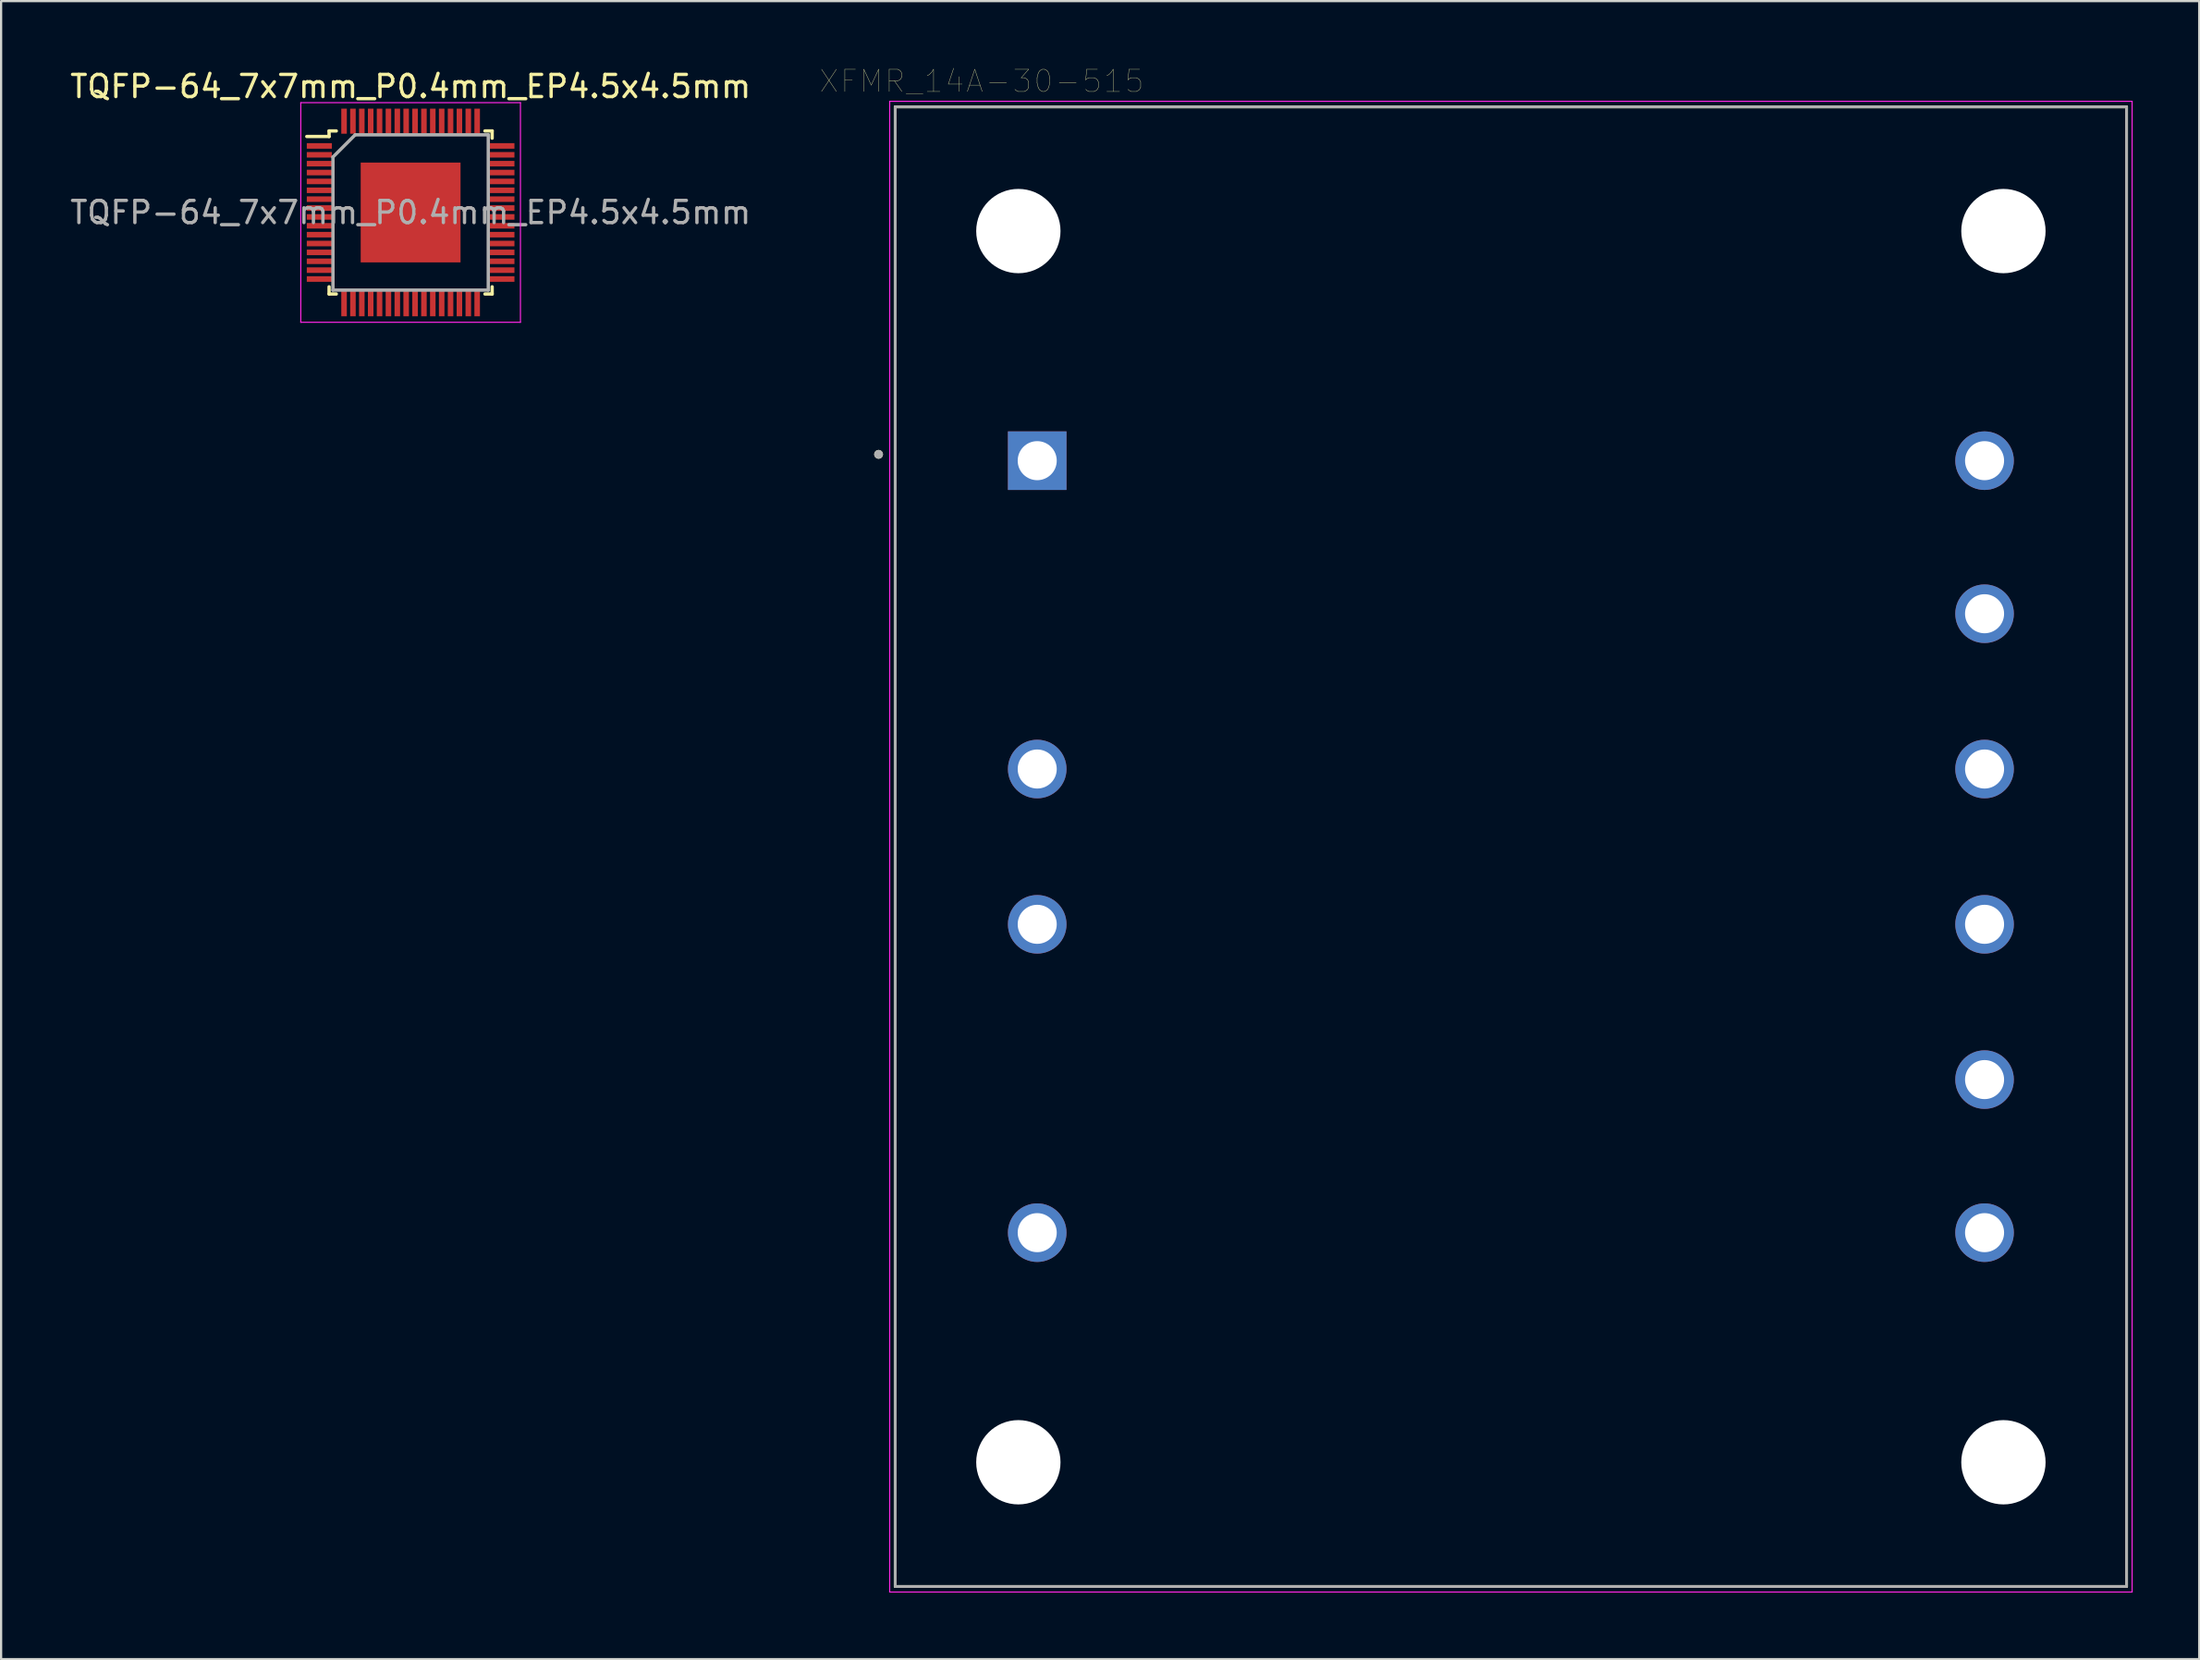
<source format=kicad_pcb>
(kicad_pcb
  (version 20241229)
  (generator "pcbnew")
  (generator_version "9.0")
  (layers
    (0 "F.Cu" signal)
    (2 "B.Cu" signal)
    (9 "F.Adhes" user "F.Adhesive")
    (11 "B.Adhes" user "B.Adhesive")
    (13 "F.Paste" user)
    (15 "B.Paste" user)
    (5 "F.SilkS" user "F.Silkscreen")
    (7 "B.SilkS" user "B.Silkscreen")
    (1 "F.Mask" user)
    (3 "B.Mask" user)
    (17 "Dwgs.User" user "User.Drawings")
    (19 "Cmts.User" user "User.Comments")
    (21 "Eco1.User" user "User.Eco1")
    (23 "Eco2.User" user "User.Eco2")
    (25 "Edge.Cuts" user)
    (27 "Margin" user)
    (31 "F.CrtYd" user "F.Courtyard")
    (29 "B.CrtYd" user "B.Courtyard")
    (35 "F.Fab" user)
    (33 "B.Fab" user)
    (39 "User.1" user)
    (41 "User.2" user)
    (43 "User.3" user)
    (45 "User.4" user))
  (footprint "XFMR_14A-30-515"
    (layer "F.Cu")
    (at 65.051 35.116)
    (property "Reference" "XFMR_14A-30-515" (at -23.855 -34.505 0) (layer "F.SilkS") (effects (font (size 1 1) (thickness 0.015))))
    (attr through_hole)
    (fp_line (start -27.75 -33.35) (end -27.75 33.35) (stroke (width 0.127) (type solid)) (layer "F.SilkS"))
    (fp_line (start -27.75 33.35) (end 27.75 33.35) (stroke (width 0.127) (type solid)) (layer "F.SilkS"))
    (fp_line (start 27.75 -33.35) (end -27.75 -33.35) (stroke (width 0.127) (type solid)) (layer "F.SilkS"))
    (fp_line (start 27.75 33.35) (end 27.75 -33.35) (stroke (width 0.127) (type solid)) (layer "F.SilkS"))
    (fp_circle (center -28.5 -17.685) (end -28.4 -17.685) (stroke (width 0.2) (type solid)) (fill no) (layer "F.SilkS"))
    (fp_line (start -28 -33.6) (end -28 33.6) (stroke (width 0.05) (type solid)) (layer "F.CrtYd"))
    (fp_line (start -28 33.6) (end 28 33.6) (stroke (width 0.05) (type solid)) (layer "F.CrtYd"))
    (fp_line (start 28 -33.6) (end -28 -33.6) (stroke (width 0.05) (type solid)) (layer "F.CrtYd"))
    (fp_line (start 28 33.6) (end 28 -33.6) (stroke (width 0.05) (type solid)) (layer "F.CrtYd"))
    (fp_line (start -27.75 -33.35) (end -27.75 33.35) (stroke (width 0.127) (type solid)) (layer "F.Fab"))
    (fp_line (start -27.75 33.35) (end 27.75 33.35) (stroke (width 0.127) (type solid)) (layer "F.Fab"))
    (fp_line (start 27.75 -33.35) (end -27.75 -33.35) (stroke (width 0.127) (type solid)) (layer "F.Fab"))
    (fp_line (start 27.75 33.35) (end 27.75 -33.35) (stroke (width 0.127) (type solid)) (layer "F.Fab"))
    (fp_circle (center -28.5 -17.685) (end -28.4 -17.685) (stroke (width 0.2) (type solid)) (fill no) (layer "F.Fab"))
    (pad "" np_thru_hole circle (at -22.2 -27.75) (size 3.8 3.8) (drill 3.8) (layers "*.Cu" "*.Mask"))
    (pad "" np_thru_hole circle (at -22.2 27.75) (size 3.8 3.8) (drill 3.8) (layers "*.Cu" "*.Mask"))
    (pad "" np_thru_hole circle (at 22.2 -27.75) (size 3.8 3.8) (drill 3.8) (layers "*.Cu" "*.Mask"))
    (pad "" np_thru_hole circle (at 22.2 27.75) (size 3.8 3.8) (drill 3.8) (layers "*.Cu" "*.Mask"))
    (pad "1" thru_hole rect (at -21.35 -17.4) (size 2.64 2.64) (drill 1.76) (layers "*.Cu" "*.Mask"))
    (pad "3" thru_hole circle (at -21.35 -3.5) (size 2.64 2.64) (drill 1.76) (layers "*.Cu" "*.Mask"))
    (pad "4" thru_hole circle (at -21.35 3.5) (size 2.64 2.64) (drill 1.76) (layers "*.Cu" "*.Mask"))
    (pad "6" thru_hole circle (at -21.35 17.4) (size 2.64 2.64) (drill 1.76) (layers "*.Cu" "*.Mask"))
    (pad "7" thru_hole circle (at 21.35 -17.4) (size 2.64 2.64) (drill 1.76) (layers "*.Cu" "*.Mask"))
    (pad "8" thru_hole circle (at 21.35 -10.5) (size 2.64 2.64) (drill 1.76) (layers "*.Cu" "*.Mask"))
    (pad "9" thru_hole circle (at 21.35 -3.5) (size 2.64 2.64) (drill 1.76) (layers "*.Cu" "*.Mask"))
    (pad "10" thru_hole circle (at 21.35 3.5) (size 2.64 2.64) (drill 1.76) (layers "*.Cu" "*.Mask"))
    (pad "11" thru_hole circle (at 21.35 10.5) (size 2.64 2.64) (drill 1.76) (layers "*.Cu" "*.Mask"))
    (pad "12" thru_hole circle (at 21.35 17.4) (size 2.64 2.64) (drill 1.76) (layers "*.Cu" "*.Mask")))
  (footprint "TQFP-64_7x7mm_P0.4mm_EP4.5x4.5mm"
    (layer "F.Cu")
    (at 15.458 6.528)
    (property "Reference" "TQFP-64_7x7mm_P0.4mm_EP4.5x4.5mm" (at 0 -5.68 0) (layer "F.SilkS") (effects (font (size 1 1) (thickness 0.15))))
    (attr smd)
    (fp_line (start -3.675 -3.675) (end -3.675 -3.425) (stroke (width 0.15) (type solid)) (layer "F.SilkS"))
    (fp_line (start -3.675 -3.675) (end -3.35 -3.675) (stroke (width 0.15) (type solid)) (layer "F.SilkS"))
    (fp_line (start -3.675 -3.425) (end -4.68 -3.425) (stroke (width 0.15) (type solid)) (layer "F.SilkS"))
    (fp_line (start -3.675 3.675) (end -3.675 3.35) (stroke (width 0.15) (type solid)) (layer "F.SilkS"))
    (fp_line (start -3.675 3.675) (end -3.35 3.675) (stroke (width 0.15) (type solid)) (layer "F.SilkS"))
    (fp_line (start 3.675 -3.675) (end 3.35 -3.675) (stroke (width 0.15) (type solid)) (layer "F.SilkS"))
    (fp_line (start 3.675 -3.675) (end 3.675 -3.35) (stroke (width 0.15) (type solid)) (layer "F.SilkS"))
    (fp_line (start 3.675 3.675) (end 3.35 3.675) (stroke (width 0.15) (type solid)) (layer "F.SilkS"))
    (fp_line (start 3.675 3.675) (end 3.675 3.35) (stroke (width 0.15) (type solid)) (layer "F.SilkS"))
    (fp_line (start -4.95 -4.95) (end -4.95 4.95) (stroke (width 0.05) (type solid)) (layer "F.CrtYd"))
    (fp_line (start -4.95 -4.95) (end 4.95 -4.95) (stroke (width 0.05) (type solid)) (layer "F.CrtYd"))
    (fp_line (start -4.95 4.95) (end 4.95 4.95) (stroke (width 0.05) (type solid)) (layer "F.CrtYd"))
    (fp_line (start 4.95 -4.95) (end 4.95 4.95) (stroke (width 0.05) (type solid)) (layer "F.CrtYd"))
    (fp_line (start -3.5 -2.5) (end -2.5 -3.5) (stroke (width 0.15) (type solid)) (layer "F.Fab"))
    (fp_line (start -3.5 3.5) (end -3.5 -2.5) (stroke (width 0.15) (type solid)) (layer "F.Fab"))
    (fp_line (start -2.5 -3.5) (end 3.5 -3.5) (stroke (width 0.15) (type solid)) (layer "F.Fab"))
    (fp_line (start 3.5 -3.5) (end 3.5 3.5) (stroke (width 0.15) (type solid)) (layer "F.Fab"))
    (fp_line (start 3.5 3.5) (end -3.5 3.5) (stroke (width 0.15) (type solid)) (layer "F.Fab"))
    (fp_text user "${REFERENCE}" (at 0 0 0) (layer "F.Fab") (effects (font (size 1 1) (thickness 0.15))))
    (pad "1" smd rect (at -4.115 -3) (size 1.13 0.25) (layers "F.Cu" "F.Mask" "F.Paste"))
    (pad "2" smd rect (at -4.115 -2.6) (size 1.13 0.25) (layers "F.Cu" "F.Mask" "F.Paste"))
    (pad "3" smd rect (at -4.115 -2.2) (size 1.13 0.25) (layers "F.Cu" "F.Mask" "F.Paste"))
    (pad "4" smd rect (at -4.115 -1.8) (size 1.13 0.25) (layers "F.Cu" "F.Mask" "F.Paste"))
    (pad "5" smd rect (at -4.115 -1.4) (size 1.13 0.25) (layers "F.Cu" "F.Mask" "F.Paste"))
    (pad "6" smd rect (at -4.115 -1) (size 1.13 0.25) (layers "F.Cu" "F.Mask" "F.Paste"))
    (pad "7" smd rect (at -4.115 -0.6) (size 1.13 0.25) (layers "F.Cu" "F.Mask" "F.Paste"))
    (pad "8" smd rect (at -4.115 -0.2) (size 1.13 0.25) (layers "F.Cu" "F.Mask" "F.Paste"))
    (pad "9" smd rect (at -4.115 0.2) (size 1.13 0.25) (layers "F.Cu" "F.Mask" "F.Paste"))
    (pad "10" smd rect (at -4.115 0.6) (size 1.13 0.25) (layers "F.Cu" "F.Mask" "F.Paste"))
    (pad "11" smd rect (at -4.115 1) (size 1.13 0.25) (layers "F.Cu" "F.Mask" "F.Paste"))
    (pad "12" smd rect (at -4.115 1.4) (size 1.13 0.25) (layers "F.Cu" "F.Mask" "F.Paste"))
    (pad "13" smd rect (at -4.115 1.8) (size 1.13 0.25) (layers "F.Cu" "F.Mask" "F.Paste"))
    (pad "14" smd rect (at -4.115 2.2) (size 1.13 0.25) (layers "F.Cu" "F.Mask" "F.Paste"))
    (pad "15" smd rect (at -4.115 2.6) (size 1.13 0.25) (layers "F.Cu" "F.Mask" "F.Paste"))
    (pad "16" smd rect (at -4.115 3) (size 1.13 0.25) (layers "F.Cu" "F.Mask" "F.Paste"))
    (pad "17" smd rect (at -3 4.115 90) (size 1.13 0.25) (layers "F.Cu" "F.Mask" "F.Paste"))
    (pad "18" smd rect (at -2.6 4.115 90) (size 1.13 0.25) (layers "F.Cu" "F.Mask" "F.Paste"))
    (pad "19" smd rect (at -2.2 4.115 90) (size 1.13 0.25) (layers "F.Cu" "F.Mask" "F.Paste"))
    (pad "20" smd rect (at -1.8 4.115 90) (size 1.13 0.25) (layers "F.Cu" "F.Mask" "F.Paste"))
    (pad "21" smd rect (at -1.4 4.115 90) (size 1.13 0.25) (layers "F.Cu" "F.Mask" "F.Paste"))
    (pad "22" smd rect (at -1 4.115 90) (size 1.13 0.25) (layers "F.Cu" "F.Mask" "F.Paste"))
    (pad "23" smd rect (at -0.6 4.115 90) (size 1.13 0.25) (layers "F.Cu" "F.Mask" "F.Paste"))
    (pad "24" smd rect (at -0.2 4.115 90) (size 1.13 0.25) (layers "F.Cu" "F.Mask" "F.Paste"))
    (pad "25" smd rect (at 0.2 4.115 90) (size 1.13 0.25) (layers "F.Cu" "F.Mask" "F.Paste"))
    (pad "26" smd rect (at 0.6 4.115 90) (size 1.13 0.25) (layers "F.Cu" "F.Mask" "F.Paste"))
    (pad "27" smd rect (at 1 4.115 90) (size 1.13 0.25) (layers "F.Cu" "F.Mask" "F.Paste"))
    (pad "28" smd rect (at 1.4 4.115 90) (size 1.13 0.25) (layers "F.Cu" "F.Mask" "F.Paste"))
    (pad "29" smd rect (at 1.8 4.115 90) (size 1.13 0.25) (layers "F.Cu" "F.Mask" "F.Paste"))
    (pad "30" smd rect (at 2.2 4.115 90) (size 1.13 0.25) (layers "F.Cu" "F.Mask" "F.Paste"))
    (pad "31" smd rect (at 2.6 4.115 90) (size 1.13 0.25) (layers "F.Cu" "F.Mask" "F.Paste"))
    (pad "32" smd rect (at 3 4.115 90) (size 1.13 0.25) (layers "F.Cu" "F.Mask" "F.Paste"))
    (pad "33" smd rect (at 4.115 3) (size 1.13 0.25) (layers "F.Cu" "F.Mask" "F.Paste"))
    (pad "34" smd rect (at 4.115 2.6) (size 1.13 0.25) (layers "F.Cu" "F.Mask" "F.Paste"))
    (pad "35" smd rect (at 4.115 2.2) (size 1.13 0.25) (layers "F.Cu" "F.Mask" "F.Paste"))
    (pad "36" smd rect (at 4.115 1.8) (size 1.13 0.25) (layers "F.Cu" "F.Mask" "F.Paste"))
    (pad "37" smd rect (at 4.115 1.4) (size 1.13 0.25) (layers "F.Cu" "F.Mask" "F.Paste"))
    (pad "38" smd rect (at 4.115 1) (size 1.13 0.25) (layers "F.Cu" "F.Mask" "F.Paste"))
    (pad "39" smd rect (at 4.115 0.6) (size 1.13 0.25) (layers "F.Cu" "F.Mask" "F.Paste"))
    (pad "40" smd rect (at 4.115 0.2) (size 1.13 0.25) (layers "F.Cu" "F.Mask" "F.Paste"))
    (pad "41" smd rect (at 4.115 -0.2) (size 1.13 0.25) (layers "F.Cu" "F.Mask" "F.Paste"))
    (pad "42" smd rect (at 4.115 -0.6) (size 1.13 0.25) (layers "F.Cu" "F.Mask" "F.Paste"))
    (pad "43" smd rect (at 4.115 -1) (size 1.13 0.25) (layers "F.Cu" "F.Mask" "F.Paste"))
    (pad "44" smd rect (at 4.115 -1.4) (size 1.13 0.25) (layers "F.Cu" "F.Mask" "F.Paste"))
    (pad "45" smd rect (at 4.115 -1.8) (size 1.13 0.25) (layers "F.Cu" "F.Mask" "F.Paste"))
    (pad "46" smd rect (at 4.115 -2.2) (size 1.13 0.25) (layers "F.Cu" "F.Mask" "F.Paste"))
    (pad "47" smd rect (at 4.115 -2.6) (size 1.13 0.25) (layers "F.Cu" "F.Mask" "F.Paste"))
    (pad "48" smd rect (at 4.115 -3) (size 1.13 0.25) (layers "F.Cu" "F.Mask" "F.Paste"))
    (pad "49" smd rect (at 3 -4.115 90) (size 1.13 0.25) (layers "F.Cu" "F.Mask" "F.Paste"))
    (pad "50" smd rect (at 2.6 -4.115 90) (size 1.13 0.25) (layers "F.Cu" "F.Mask" "F.Paste"))
    (pad "51" smd rect (at 2.2 -4.115 90) (size 1.13 0.25) (layers "F.Cu" "F.Mask" "F.Paste"))
    (pad "52" smd rect (at 1.8 -4.115 90) (size 1.13 0.25) (layers "F.Cu" "F.Mask" "F.Paste"))
    (pad "53" smd rect (at 1.4 -4.115 90) (size 1.13 0.25) (layers "F.Cu" "F.Mask" "F.Paste"))
    (pad "54" smd rect (at 1 -4.115 90) (size 1.13 0.25) (layers "F.Cu" "F.Mask" "F.Paste"))
    (pad "55" smd rect (at 0.6 -4.115 90) (size 1.13 0.25) (layers "F.Cu" "F.Mask" "F.Paste"))
    (pad "56" smd rect (at 0.2 -4.115 90) (size 1.13 0.25) (layers "F.Cu" "F.Mask" "F.Paste"))
    (pad "57" smd rect (at -0.2 -4.115 90) (size 1.13 0.25) (layers "F.Cu" "F.Mask" "F.Paste"))
    (pad "58" smd rect (at -0.6 -4.115 90) (size 1.13 0.25) (layers "F.Cu" "F.Mask" "F.Paste"))
    (pad "59" smd rect (at -1 -4.115 90) (size 1.13 0.25) (layers "F.Cu" "F.Mask" "F.Paste"))
    (pad "60" smd rect (at -1.4 -4.115 90) (size 1.13 0.25) (layers "F.Cu" "F.Mask" "F.Paste"))
    (pad "61" smd rect (at -1.8 -4.115 90) (size 1.13 0.25) (layers "F.Cu" "F.Mask" "F.Paste"))
    (pad "62" smd rect (at -2.2 -4.115 90) (size 1.13 0.25) (layers "F.Cu" "F.Mask" "F.Paste"))
    (pad "63" smd rect (at -2.6 -4.115 90) (size 1.13 0.25) (layers "F.Cu" "F.Mask" "F.Paste"))
    (pad "64" smd rect (at -3 -4.115 90) (size 1.13 0.25) (layers "F.Cu" "F.Mask" "F.Paste"))
    (pad "65" smd rect (at 0 0) (size 4.5 4.5) (layers "F.Cu" "F.Mask" "F.Paste")))
  (gr_rect
    (start -3 -3)
    (end 96.076 71.741)
    (stroke (width 0.1) (type default))
    (fill no)
    (layer "Edge.Cuts")))
</source>
